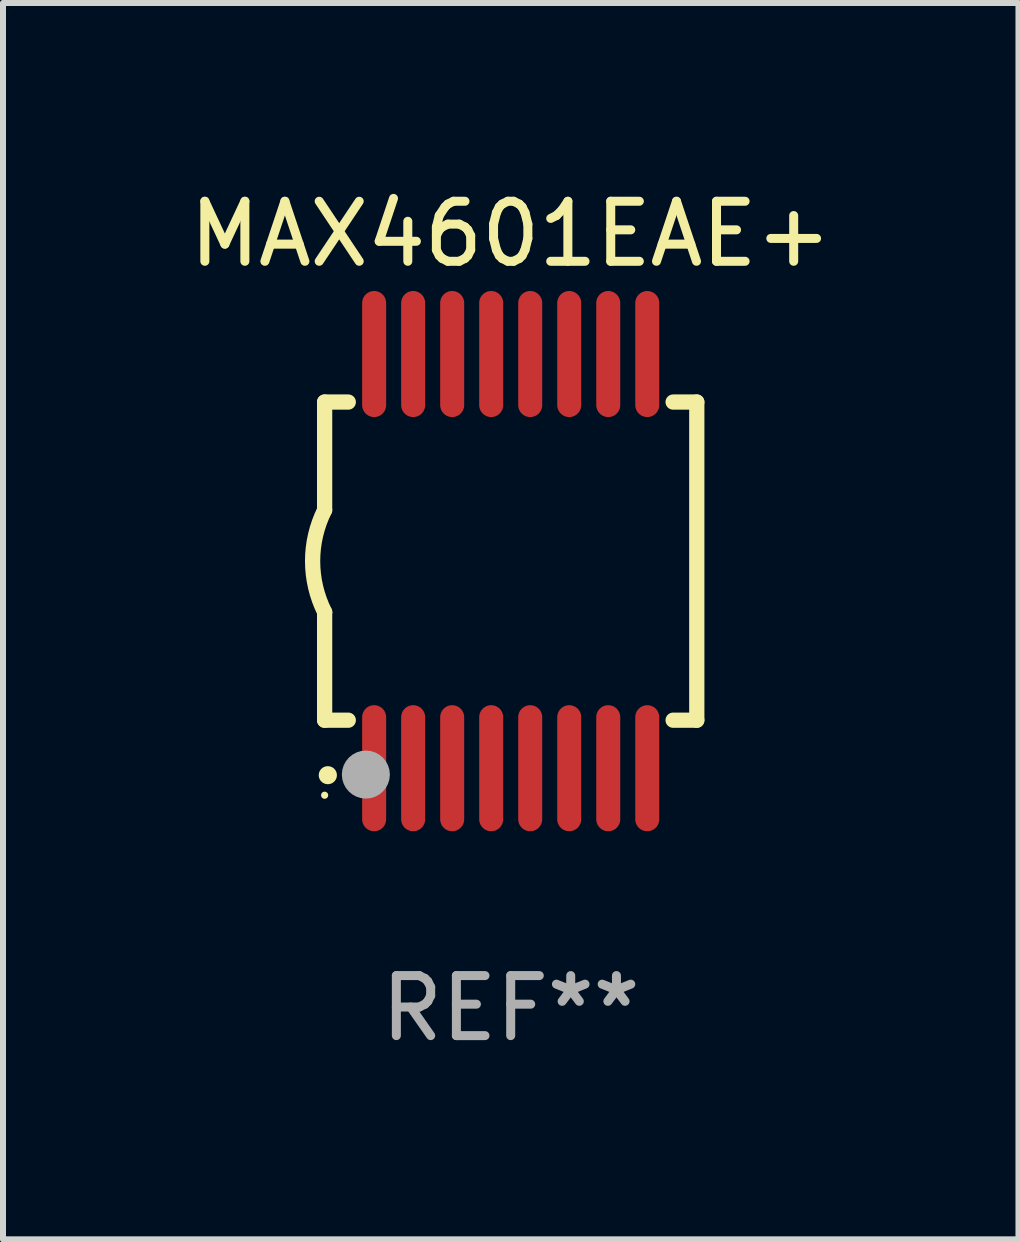
<source format=kicad_pcb>
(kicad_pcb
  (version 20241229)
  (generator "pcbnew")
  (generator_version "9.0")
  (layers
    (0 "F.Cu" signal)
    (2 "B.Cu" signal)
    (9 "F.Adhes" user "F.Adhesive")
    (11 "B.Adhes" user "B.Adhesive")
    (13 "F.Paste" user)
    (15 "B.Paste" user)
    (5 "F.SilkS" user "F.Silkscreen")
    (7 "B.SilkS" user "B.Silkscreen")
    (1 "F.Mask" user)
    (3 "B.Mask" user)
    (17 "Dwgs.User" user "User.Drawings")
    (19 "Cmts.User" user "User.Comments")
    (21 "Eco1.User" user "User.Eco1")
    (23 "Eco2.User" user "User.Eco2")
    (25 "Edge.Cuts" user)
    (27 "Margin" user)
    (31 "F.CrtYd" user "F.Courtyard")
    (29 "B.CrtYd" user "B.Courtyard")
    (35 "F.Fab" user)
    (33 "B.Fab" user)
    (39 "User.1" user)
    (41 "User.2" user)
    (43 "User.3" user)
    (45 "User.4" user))
  (footprint "MAX4601EAE+"
    (layer "F.Cu")
    (at 5.458 6.298)
    (property "Reference" "MAX4601EAE+" (at 0 -5.45 0) (layer "F.SilkS") (effects (font (size 1 1) (thickness 0.15))))
    (attr through_hole)
    (fp_line (start -3.1 -2.65) (end -3.1 -0.85) (stroke (width 0.254) (type solid)) (layer "F.SilkS"))
    (fp_line (start -3.1 -2.65) (end -2.706 -2.65) (stroke (width 0.254) (type solid)) (layer "F.SilkS"))
    (fp_line (start -3.1 2.65) (end -3.1 0.85) (stroke (width 0.254) (type solid)) (layer "F.SilkS"))
    (fp_line (start -3.1 2.65) (end -2.706 2.65) (stroke (width 0.254) (type solid)) (layer "F.SilkS"))
    (fp_line (start 2.706 -2.65) (end 3.1 -2.65) (stroke (width 0.254) (type solid)) (layer "F.SilkS"))
    (fp_line (start 2.706 2.65) (end 3.1 2.65) (stroke (width 0.254) (type solid)) (layer "F.SilkS"))
    (fp_line (start 3.1 -2.65) (end 3.1 2.65) (stroke (width 0.254) (type solid)) (layer "F.SilkS"))
    (fp_arc (start -3.098907 0.850902) (mid -3.300057 0.000523) (end -3.1 -0.850114) (stroke (width 0.254001) (type solid)) (layer "F.SilkS"))
    (fp_arc (start -3.048006 3.566066) (mid -3.046736 3.566061) (end -3.045466 3.566066) (stroke (width 0.3) (type solid)) (layer "F.SilkS"))
    (fp_circle (center -3.1 3.9) (end -3.07 3.9) (stroke (width 0.06) (type solid)) (fill no) (layer "F.SilkS"))
    (fp_circle (center -2.413 3.556) (end -2.213 3.556) (stroke (width 0.4) (type solid)) (fill no) (layer "F.Fab"))
    (fp_text user "REF**" (at 0 7.45 0) (layer "F.Fab") (effects (font (size 1 1) (thickness 0.15))))
    (pad "1" smd oval (at -2.275 3.45 180) (size 0.4 2.1) (layers "F.Cu" "F.Mask" "F.Paste"))
    (pad "2" smd oval (at -1.625 3.45 180) (size 0.4 2.1) (layers "F.Cu" "F.Mask" "F.Paste"))
    (pad "3" smd oval (at -0.975 3.45 180) (size 0.4 2.1) (layers "F.Cu" "F.Mask" "F.Paste"))
    (pad "4" smd oval (at -0.325 3.45 180) (size 0.4 2.1) (layers "F.Cu" "F.Mask" "F.Paste"))
    (pad "5" smd oval (at 0.325 3.45 180) (size 0.4 2.1) (layers "F.Cu" "F.Mask" "F.Paste"))
    (pad "6" smd oval (at 0.975 3.45 180) (size 0.4 2.1) (layers "F.Cu" "F.Mask" "F.Paste"))
    (pad "7" smd oval (at 1.625 3.45 180) (size 0.4 2.1) (layers "F.Cu" "F.Mask" "F.Paste"))
    (pad "8" smd oval (at 2.275 3.45 180) (size 0.4 2.1) (layers "F.Cu" "F.Mask" "F.Paste"))
    (pad "9" smd oval (at 2.275 -3.45 180) (size 0.4 2.1) (layers "F.Cu" "F.Mask" "F.Paste"))
    (pad "10" smd oval (at 1.625 -3.45 180) (size 0.4 2.1) (layers "F.Cu" "F.Mask" "F.Paste"))
    (pad "11" smd oval (at 0.975 -3.45 180) (size 0.4 2.1) (layers "F.Cu" "F.Mask" "F.Paste"))
    (pad "12" smd oval (at 0.325 -3.45 180) (size 0.4 2.1) (layers "F.Cu" "F.Mask" "F.Paste"))
    (pad "13" smd oval (at -0.325 -3.45 180) (size 0.4 2.1) (layers "F.Cu" "F.Mask" "F.Paste"))
    (pad "14" smd oval (at -0.975 -3.45 180) (size 0.4 2.1) (layers "F.Cu" "F.Mask" "F.Paste"))
    (pad "15" smd oval (at -1.625 -3.45 180) (size 0.4 2.1) (layers "F.Cu" "F.Mask" "F.Paste"))
    (pad "16" smd oval (at -2.275 -3.45 180) (size 0.4 2.1) (layers "F.Cu" "F.Mask" "F.Paste")))
  (gr_rect
    (start -3 -3)
    (end 13.917 17.597)
    (stroke (width 0.1) (type default))
    (fill no)
    (layer "Edge.Cuts")))
</source>
